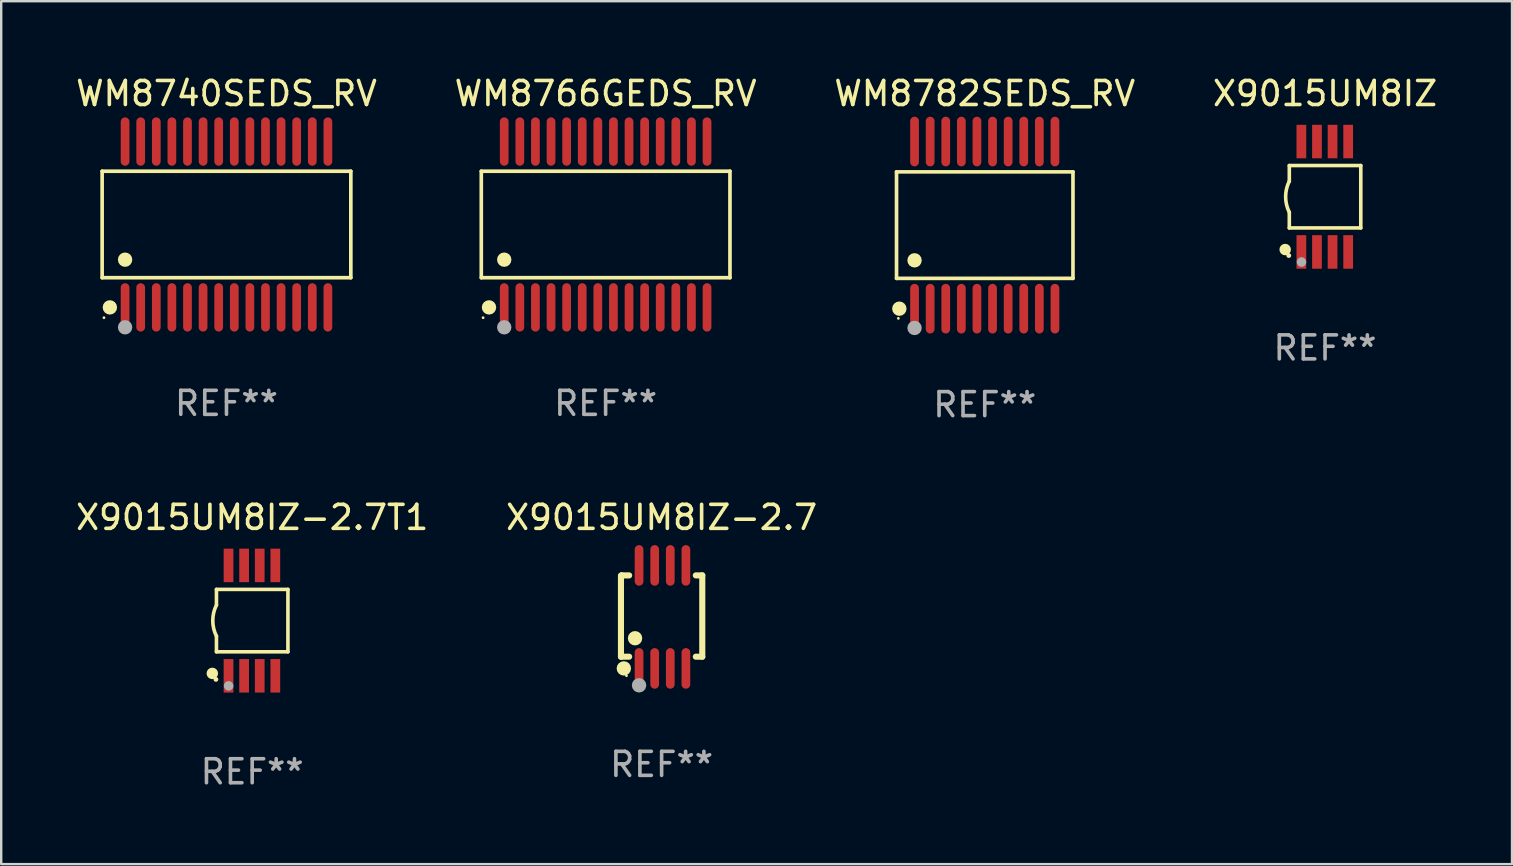
<source format=kicad_pcb>
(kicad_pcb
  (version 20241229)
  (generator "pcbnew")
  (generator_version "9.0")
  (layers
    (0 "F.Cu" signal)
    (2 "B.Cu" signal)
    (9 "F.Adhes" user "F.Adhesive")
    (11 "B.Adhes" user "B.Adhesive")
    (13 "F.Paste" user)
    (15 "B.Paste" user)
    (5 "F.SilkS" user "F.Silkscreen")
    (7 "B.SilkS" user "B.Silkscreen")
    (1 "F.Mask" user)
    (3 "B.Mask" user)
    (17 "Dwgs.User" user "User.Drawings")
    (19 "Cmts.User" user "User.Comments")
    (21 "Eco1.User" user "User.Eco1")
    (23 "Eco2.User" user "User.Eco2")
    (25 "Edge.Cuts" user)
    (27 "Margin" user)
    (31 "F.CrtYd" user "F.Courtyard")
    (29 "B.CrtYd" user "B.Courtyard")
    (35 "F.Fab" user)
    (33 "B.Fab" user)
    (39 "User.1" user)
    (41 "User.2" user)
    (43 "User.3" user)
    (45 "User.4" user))
  (footprint "WM8782SEDS_RV"
    (layer "F.Cu")
    (at 37.982 6.33)
    (property "Reference" "WM8782SEDS_RV" (at 0 -5.482 0) (layer "F.SilkS") (effects (font (size 1 1) (thickness 0.15))))
    (attr through_hole)
    (fp_line (start -3.676 -2.219) (end 3.676 -2.219) (stroke (width 0.152) (type solid)) (layer "F.SilkS"))
    (fp_line (start -3.676 2.219) (end -3.676 -2.219) (stroke (width 0.152) (type solid)) (layer "F.SilkS"))
    (fp_line (start 3.676 -2.219) (end 3.676 2.219) (stroke (width 0.152) (type solid)) (layer "F.SilkS"))
    (fp_line (start 3.676 2.219) (end -3.676 2.219) (stroke (width 0.152) (type solid)) (layer "F.SilkS"))
    (fp_circle (center -3.6 3.885) (end -3.57 3.885) (stroke (width 0.06) (type solid)) (fill no) (layer "F.SilkS"))
    (fp_circle (center -3.559 3.482) (end -3.409 3.482) (stroke (width 0.3) (type solid)) (fill no) (layer "F.SilkS"))
    (fp_circle (center -2.925 1.467) (end -2.775 1.467) (stroke (width 0.3) (type solid)) (fill no) (layer "F.SilkS"))
    (fp_circle (center -2.925 4.285) (end -2.775 4.285) (stroke (width 0.3) (type solid)) (fill no) (layer "F.Fab"))
    (fp_text user "REF**" (at 0 7.482 0) (layer "F.Fab") (effects (font (size 1 1) (thickness 0.15))))
    (pad "1" smd oval (at -2.925 3.482) (size 0.364 2.069) (layers "F.Cu" "F.Mask" "F.Paste"))
    (pad "2" smd oval (at -2.275 3.482) (size 0.364 2.069) (layers "F.Cu" "F.Mask" "F.Paste"))
    (pad "3" smd oval (at -1.625 3.482) (size 0.364 2.069) (layers "F.Cu" "F.Mask" "F.Paste"))
    (pad "4" smd oval (at -0.975 3.482) (size 0.364 2.069) (layers "F.Cu" "F.Mask" "F.Paste"))
    (pad "5" smd oval (at -0.325 3.482) (size 0.364 2.069) (layers "F.Cu" "F.Mask" "F.Paste"))
    (pad "6" smd oval (at 0.325 3.482) (size 0.364 2.069) (layers "F.Cu" "F.Mask" "F.Paste"))
    (pad "7" smd oval (at 0.975 3.482) (size 0.364 2.069) (layers "F.Cu" "F.Mask" "F.Paste"))
    (pad "8" smd oval (at 1.625 3.482) (size 0.364 2.069) (layers "F.Cu" "F.Mask" "F.Paste"))
    (pad "9" smd oval (at 2.275 3.482) (size 0.364 2.069) (layers "F.Cu" "F.Mask" "F.Paste"))
    (pad "10" smd oval (at 2.925 3.482) (size 0.364 2.069) (layers "F.Cu" "F.Mask" "F.Paste"))
    (pad "11" smd oval (at 2.925 -3.482) (size 0.364 2.069) (layers "F.Cu" "F.Mask" "F.Paste"))
    (pad "12" smd oval (at 2.275 -3.482) (size 0.364 2.069) (layers "F.Cu" "F.Mask" "F.Paste"))
    (pad "13" smd oval (at 1.625 -3.482) (size 0.364 2.069) (layers "F.Cu" "F.Mask" "F.Paste"))
    (pad "14" smd oval (at 0.975 -3.482) (size 0.364 2.069) (layers "F.Cu" "F.Mask" "F.Paste"))
    (pad "15" smd oval (at 0.325 -3.482) (size 0.364 2.069) (layers "F.Cu" "F.Mask" "F.Paste"))
    (pad "16" smd oval (at -0.325 -3.482) (size 0.364 2.069) (layers "F.Cu" "F.Mask" "F.Paste"))
    (pad "17" smd oval (at -0.975 -3.482) (size 0.364 2.069) (layers "F.Cu" "F.Mask" "F.Paste"))
    (pad "18" smd oval (at -1.625 -3.482) (size 0.364 2.069) (layers "F.Cu" "F.Mask" "F.Paste"))
    (pad "19" smd oval (at -2.275 -3.482) (size 0.364 2.069) (layers "F.Cu" "F.Mask" "F.Paste"))
    (pad "20" smd oval (at -2.925 -3.482) (size 0.364 2.069) (layers "F.Cu" "F.Mask" "F.Paste")))
  (footprint "X9015UM8IZ"
    (layer "F.Cu")
    (at 52.161 5.148)
    (property "Reference" "X9015UM8IZ" (at 0 -4.3 0) (layer "F.SilkS") (effects (font (size 1 1) (thickness 0.15))))
    (attr through_hole)
    (fp_line (start -1.489 -1.3) (end -1.489 -0.648) (stroke (width 0.15) (type solid)) (layer "F.SilkS"))
    (fp_line (start -1.489 0.648) (end -1.489 1.3) (stroke (width 0.15) (type solid)) (layer "F.SilkS"))
    (fp_line (start -1.489 1.3) (end 1.489 1.3) (stroke (width 0.15) (type solid)) (layer "F.SilkS"))
    (fp_line (start 1.489 -1.3) (end -1.489 -1.3) (stroke (width 0.15) (type solid)) (layer "F.SilkS"))
    (fp_line (start 1.489 1.3) (end 1.489 -1.3) (stroke (width 0.15) (type solid)) (layer "F.SilkS"))
    (fp_arc (start -1.489205 0.647702) (mid -1.642107 0) (end -1.489205 -0.647701) (stroke (width 0.150013) (type solid)) (layer "F.SilkS"))
    (fp_circle (center -1.661 2.2) (end -1.541 2.2) (stroke (width 0.24) (type solid)) (fill no) (layer "F.SilkS"))
    (fp_circle (center -1.511 2.45) (end -1.461 2.45) (stroke (width 0.1) (type solid)) (fill no) (layer "F.SilkS"))
    (fp_circle (center -0.981 2.72) (end -0.881 2.72) (stroke (width 0.2) (type solid)) (fill no) (layer "F.Fab"))
    (fp_text user "REF**" (at 0 6.3 0) (layer "F.Fab") (effects (font (size 1 1) (thickness 0.15))))
    (pad "1" smd rect (at -0.986 2.3) (size 0.406 1.397) (layers "F.Cu" "F.Mask" "F.Paste"))
    (pad "2" smd rect (at -0.336 2.3) (size 0.406 1.397) (layers "F.Cu" "F.Mask" "F.Paste"))
    (pad "3" smd rect (at 0.314 2.3) (size 0.406 1.397) (layers "F.Cu" "F.Mask" "F.Paste"))
    (pad "4" smd rect (at 0.964 2.3) (size 0.406 1.397) (layers "F.Cu" "F.Mask" "F.Paste"))
    (pad "5" smd rect (at 0.964 -2.3) (size 0.406 1.397) (layers "F.Cu" "F.Mask" "F.Paste"))
    (pad "6" smd rect (at 0.314 -2.3) (size 0.406 1.397) (layers "F.Cu" "F.Mask" "F.Paste"))
    (pad "7" smd rect (at -0.336 -2.3) (size 0.406 1.397) (layers "F.Cu" "F.Mask" "F.Paste"))
    (pad "8" smd rect (at -0.986 -2.3) (size 0.406 1.397) (layers "F.Cu" "F.Mask" "F.Paste")))
  (footprint "WM8740SEDS_RV"
    (layer "F.Cu")
    (at 6.387 6.303)
    (property "Reference" "WM8740SEDS_RV" (at 0 -5.455 0) (layer "F.SilkS") (effects (font (size 1 1) (thickness 0.15))))
    (attr through_hole)
    (fp_line (start -5.181 -2.219) (end 5.181 -2.219) (stroke (width 0.152) (type solid)) (layer "F.SilkS"))
    (fp_line (start -5.181 2.219) (end -5.181 -2.219) (stroke (width 0.152) (type solid)) (layer "F.SilkS"))
    (fp_line (start 5.181 -2.219) (end 5.181 2.219) (stroke (width 0.152) (type solid)) (layer "F.SilkS"))
    (fp_line (start 5.181 2.219) (end -5.181 2.219) (stroke (width 0.152) (type solid)) (layer "F.SilkS"))
    (fp_circle (center -5.105 3.885) (end -5.075 3.885) (stroke (width 0.06) (type solid)) (fill no) (layer "F.SilkS"))
    (fp_circle (center -4.859 3.455) (end -4.709 3.455) (stroke (width 0.3) (type solid)) (fill no) (layer "F.SilkS"))
    (fp_circle (center -4.225 1.467) (end -4.075 1.467) (stroke (width 0.3) (type solid)) (fill no) (layer "F.SilkS"))
    (fp_circle (center -4.225 4.285) (end -4.075 4.285) (stroke (width 0.3) (type solid)) (fill no) (layer "F.Fab"))
    (fp_text user "REF**" (at 0 7.455 0) (layer "F.Fab") (effects (font (size 1 1) (thickness 0.15))))
    (pad "1" smd oval (at -4.225 3.455) (size 0.364 2.015) (layers "F.Cu" "F.Mask" "F.Paste"))
    (pad "2" smd oval (at -3.575 3.455) (size 0.364 2.015) (layers "F.Cu" "F.Mask" "F.Paste"))
    (pad "3" smd oval (at -2.925 3.455) (size 0.364 2.015) (layers "F.Cu" "F.Mask" "F.Paste"))
    (pad "4" smd oval (at -2.275 3.455) (size 0.364 2.015) (layers "F.Cu" "F.Mask" "F.Paste"))
    (pad "5" smd oval (at -1.625 3.455) (size 0.364 2.015) (layers "F.Cu" "F.Mask" "F.Paste"))
    (pad "6" smd oval (at -0.975 3.455) (size 0.364 2.015) (layers "F.Cu" "F.Mask" "F.Paste"))
    (pad "7" smd oval (at -0.325 3.455) (size 0.364 2.015) (layers "F.Cu" "F.Mask" "F.Paste"))
    (pad "8" smd oval (at 0.325 3.455) (size 0.364 2.015) (layers "F.Cu" "F.Mask" "F.Paste"))
    (pad "9" smd oval (at 0.975 3.455) (size 0.364 2.015) (layers "F.Cu" "F.Mask" "F.Paste"))
    (pad "10" smd oval (at 1.625 3.455) (size 0.364 2.015) (layers "F.Cu" "F.Mask" "F.Paste"))
    (pad "11" smd oval (at 2.275 3.455) (size 0.364 2.015) (layers "F.Cu" "F.Mask" "F.Paste"))
    (pad "12" smd oval (at 2.925 3.455) (size 0.364 2.015) (layers "F.Cu" "F.Mask" "F.Paste"))
    (pad "13" smd oval (at 3.575 3.455) (size 0.364 2.015) (layers "F.Cu" "F.Mask" "F.Paste"))
    (pad "14" smd oval (at 4.225 3.455) (size 0.364 2.015) (layers "F.Cu" "F.Mask" "F.Paste"))
    (pad "15" smd oval (at 4.225 -3.455) (size 0.364 2.015) (layers "F.Cu" "F.Mask" "F.Paste"))
    (pad "16" smd oval (at 3.575 -3.455) (size 0.364 2.015) (layers "F.Cu" "F.Mask" "F.Paste"))
    (pad "17" smd oval (at 2.925 -3.455) (size 0.364 2.015) (layers "F.Cu" "F.Mask" "F.Paste"))
    (pad "18" smd oval (at 2.275 -3.455) (size 0.364 2.015) (layers "F.Cu" "F.Mask" "F.Paste"))
    (pad "19" smd oval (at 1.625 -3.455) (size 0.364 2.015) (layers "F.Cu" "F.Mask" "F.Paste"))
    (pad "20" smd oval (at 0.975 -3.455) (size 0.364 2.015) (layers "F.Cu" "F.Mask" "F.Paste"))
    (pad "21" smd oval (at 0.325 -3.455) (size 0.364 2.015) (layers "F.Cu" "F.Mask" "F.Paste"))
    (pad "22" smd oval (at -0.325 -3.455) (size 0.364 2.015) (layers "F.Cu" "F.Mask" "F.Paste"))
    (pad "23" smd oval (at -0.975 -3.455) (size 0.364 2.015) (layers "F.Cu" "F.Mask" "F.Paste"))
    (pad "24" smd oval (at -1.625 -3.455) (size 0.364 2.015) (layers "F.Cu" "F.Mask" "F.Paste"))
    (pad "25" smd oval (at -2.275 -3.455) (size 0.364 2.015) (layers "F.Cu" "F.Mask" "F.Paste"))
    (pad "26" smd oval (at -2.925 -3.455) (size 0.364 2.015) (layers "F.Cu" "F.Mask" "F.Paste"))
    (pad "27" smd oval (at -3.575 -3.455) (size 0.364 2.015) (layers "F.Cu" "F.Mask" "F.Paste"))
    (pad "28" smd oval (at -4.225 -3.455) (size 0.364 2.015) (layers "F.Cu" "F.Mask" "F.Paste")))
  (footprint "X9015UM8IZ-2.7"
    (layer "F.Cu")
    (at 24.518 22.655)
    (property "Reference" "X9015UM8IZ-2.7" (at 0 -4.146 0) (layer "F.SilkS") (effects (font (size 1 1) (thickness 0.15))))
    (attr through_hole)
    (fp_line (start -1.694 -1.724) (end -1.694 1.652) (stroke (width 0.254) (type solid)) (layer "F.SilkS"))
    (fp_line (start -1.694 1.652) (end -1.688 1.658) (stroke (width 0.254) (type solid)) (layer "F.SilkS"))
    (fp_line (start -1.688 1.658) (end -1.353 1.658) (stroke (width 0.254) (type solid)) (layer "F.SilkS"))
    (fp_line (start -1.661 -1.73) (end -1.681 -1.71) (stroke (width 0.254) (type solid)) (layer "F.SilkS"))
    (fp_line (start -1.353 -1.73) (end -1.661 -1.73) (stroke (width 0.254) (type solid)) (layer "F.SilkS"))
    (fp_line (start 1.424 1.658) (end 1.694 1.658) (stroke (width 0.254) (type solid)) (layer "F.SilkS"))
    (fp_line (start 1.694 -1.73) (end 1.424 -1.73) (stroke (width 0.254) (type solid)) (layer "F.SilkS"))
    (fp_line (start 1.694 1.658) (end 1.694 -1.73) (stroke (width 0.254) (type solid)) (layer "F.SilkS"))
    (fp_circle (center -1.574 2.146) (end -1.424 2.146) (stroke (width 0.3) (type solid)) (fill no) (layer "F.SilkS"))
    (fp_circle (center -1.464 2.45) (end -1.434 2.45) (stroke (width 0.06) (type solid)) (fill no) (layer "F.SilkS"))
    (fp_circle (center -1.107 0.889) (end -0.957 0.889) (stroke (width 0.3) (type solid)) (fill no) (layer "F.SilkS"))
    (fp_circle (center -0.94 2.85) (end -0.789 2.85) (stroke (width 0.3) (type solid)) (fill no) (layer "F.Fab"))
    (fp_text user "REF**" (at 0 6.146 0) (layer "F.Fab") (effects (font (size 1 1) (thickness 0.15))))
    (pad "1" smd oval (at -0.94 2.146) (size 0.364 1.692) (layers "F.Cu" "F.Mask" "F.Paste"))
    (pad "2" smd oval (at -0.289 2.146) (size 0.364 1.692) (layers "F.Cu" "F.Mask" "F.Paste"))
    (pad "3" smd oval (at 0.361 2.146) (size 0.364 1.692) (layers "F.Cu" "F.Mask" "F.Paste"))
    (pad "4" smd oval (at 1.011 2.146) (size 0.364 1.692) (layers "F.Cu" "F.Mask" "F.Paste"))
    (pad "5" smd oval (at 1.011 -2.146) (size 0.364 1.692) (layers "F.Cu" "F.Mask" "F.Paste"))
    (pad "6" smd oval (at 0.361 -2.146) (size 0.364 1.692) (layers "F.Cu" "F.Mask" "F.Paste"))
    (pad "7" smd oval (at -0.289 -2.146) (size 0.364 1.692) (layers "F.Cu" "F.Mask" "F.Paste"))
    (pad "8" smd oval (at -0.94 -2.146) (size 0.364 1.692) (layers "F.Cu" "F.Mask" "F.Paste")))
  (footprint "WM8766GEDS_RV"
    (layer "F.Cu")
    (at 22.185 6.303)
    (property "Reference" "WM8766GEDS_RV" (at 0 -5.455 0) (layer "F.SilkS") (effects (font (size 1 1) (thickness 0.15))))
    (attr through_hole)
    (fp_line (start -5.181 -2.219) (end 5.181 -2.219) (stroke (width 0.152) (type solid)) (layer "F.SilkS"))
    (fp_line (start -5.181 2.219) (end -5.181 -2.219) (stroke (width 0.152) (type solid)) (layer "F.SilkS"))
    (fp_line (start 5.181 -2.219) (end 5.181 2.219) (stroke (width 0.152) (type solid)) (layer "F.SilkS"))
    (fp_line (start 5.181 2.219) (end -5.181 2.219) (stroke (width 0.152) (type solid)) (layer "F.SilkS"))
    (fp_circle (center -5.105 3.885) (end -5.075 3.885) (stroke (width 0.06) (type solid)) (fill no) (layer "F.SilkS"))
    (fp_circle (center -4.859 3.455) (end -4.709 3.455) (stroke (width 0.3) (type solid)) (fill no) (layer "F.SilkS"))
    (fp_circle (center -4.225 1.467) (end -4.075 1.467) (stroke (width 0.3) (type solid)) (fill no) (layer "F.SilkS"))
    (fp_circle (center -4.225 4.285) (end -4.075 4.285) (stroke (width 0.3) (type solid)) (fill no) (layer "F.Fab"))
    (fp_text user "REF**" (at 0 7.455 0) (layer "F.Fab") (effects (font (size 1 1) (thickness 0.15))))
    (pad "1" smd oval (at -4.225 3.455) (size 0.364 2.015) (layers "F.Cu" "F.Mask" "F.Paste"))
    (pad "2" smd oval (at -3.575 3.455) (size 0.364 2.015) (layers "F.Cu" "F.Mask" "F.Paste"))
    (pad "3" smd oval (at -2.925 3.455) (size 0.364 2.015) (layers "F.Cu" "F.Mask" "F.Paste"))
    (pad "4" smd oval (at -2.275 3.455) (size 0.364 2.015) (layers "F.Cu" "F.Mask" "F.Paste"))
    (pad "5" smd oval (at -1.625 3.455) (size 0.364 2.015) (layers "F.Cu" "F.Mask" "F.Paste"))
    (pad "6" smd oval (at -0.975 3.455) (size 0.364 2.015) (layers "F.Cu" "F.Mask" "F.Paste"))
    (pad "7" smd oval (at -0.325 3.455) (size 0.364 2.015) (layers "F.Cu" "F.Mask" "F.Paste"))
    (pad "8" smd oval (at 0.325 3.455) (size 0.364 2.015) (layers "F.Cu" "F.Mask" "F.Paste"))
    (pad "9" smd oval (at 0.975 3.455) (size 0.364 2.015) (layers "F.Cu" "F.Mask" "F.Paste"))
    (pad "10" smd oval (at 1.625 3.455) (size 0.364 2.015) (layers "F.Cu" "F.Mask" "F.Paste"))
    (pad "11" smd oval (at 2.275 3.455) (size 0.364 2.015) (layers "F.Cu" "F.Mask" "F.Paste"))
    (pad "12" smd oval (at 2.925 3.455) (size 0.364 2.015) (layers "F.Cu" "F.Mask" "F.Paste"))
    (pad "13" smd oval (at 3.575 3.455) (size 0.364 2.015) (layers "F.Cu" "F.Mask" "F.Paste"))
    (pad "14" smd oval (at 4.225 3.455) (size 0.364 2.015) (layers "F.Cu" "F.Mask" "F.Paste"))
    (pad "15" smd oval (at 4.225 -3.455) (size 0.364 2.015) (layers "F.Cu" "F.Mask" "F.Paste"))
    (pad "16" smd oval (at 3.575 -3.455) (size 0.364 2.015) (layers "F.Cu" "F.Mask" "F.Paste"))
    (pad "17" smd oval (at 2.925 -3.455) (size 0.364 2.015) (layers "F.Cu" "F.Mask" "F.Paste"))
    (pad "18" smd oval (at 2.275 -3.455) (size 0.364 2.015) (layers "F.Cu" "F.Mask" "F.Paste"))
    (pad "19" smd oval (at 1.625 -3.455) (size 0.364 2.015) (layers "F.Cu" "F.Mask" "F.Paste"))
    (pad "20" smd oval (at 0.975 -3.455) (size 0.364 2.015) (layers "F.Cu" "F.Mask" "F.Paste"))
    (pad "21" smd oval (at 0.325 -3.455) (size 0.364 2.015) (layers "F.Cu" "F.Mask" "F.Paste"))
    (pad "22" smd oval (at -0.325 -3.455) (size 0.364 2.015) (layers "F.Cu" "F.Mask" "F.Paste"))
    (pad "23" smd oval (at -0.975 -3.455) (size 0.364 2.015) (layers "F.Cu" "F.Mask" "F.Paste"))
    (pad "24" smd oval (at -1.625 -3.455) (size 0.364 2.015) (layers "F.Cu" "F.Mask" "F.Paste"))
    (pad "25" smd oval (at -2.275 -3.455) (size 0.364 2.015) (layers "F.Cu" "F.Mask" "F.Paste"))
    (pad "26" smd oval (at -2.925 -3.455) (size 0.364 2.015) (layers "F.Cu" "F.Mask" "F.Paste"))
    (pad "27" smd oval (at -3.575 -3.455) (size 0.364 2.015) (layers "F.Cu" "F.Mask" "F.Paste"))
    (pad "28" smd oval (at -4.225 -3.455) (size 0.364 2.015) (layers "F.Cu" "F.Mask" "F.Paste")))
  (footprint "X9015UM8IZ-2.7T1"
    (layer "F.Cu")
    (at 7.458 22.809)
    (property "Reference" "X9015UM8IZ-2.7T1" (at 0 -4.3 0) (layer "F.SilkS") (effects (font (size 1 1) (thickness 0.15))))
    (attr through_hole)
    (fp_line (start -1.489 -1.3) (end -1.489 -0.648) (stroke (width 0.15) (type solid)) (layer "F.SilkS"))
    (fp_line (start -1.489 0.648) (end -1.489 1.3) (stroke (width 0.15) (type solid)) (layer "F.SilkS"))
    (fp_line (start -1.489 1.3) (end 1.489 1.3) (stroke (width 0.15) (type solid)) (layer "F.SilkS"))
    (fp_line (start 1.489 -1.3) (end -1.489 -1.3) (stroke (width 0.15) (type solid)) (layer "F.SilkS"))
    (fp_line (start 1.489 1.3) (end 1.489 -1.3) (stroke (width 0.15) (type solid)) (layer "F.SilkS"))
    (fp_arc (start -1.489205 0.647702) (mid -1.642107 0) (end -1.489205 -0.647701) (stroke (width 0.150013) (type solid)) (layer "F.SilkS"))
    (fp_circle (center -1.661 2.2) (end -1.541 2.2) (stroke (width 0.24) (type solid)) (fill no) (layer "F.SilkS"))
    (fp_circle (center -1.511 2.45) (end -1.461 2.45) (stroke (width 0.1) (type solid)) (fill no) (layer "F.SilkS"))
    (fp_circle (center -0.981 2.72) (end -0.881 2.72) (stroke (width 0.2) (type solid)) (fill no) (layer "F.Fab"))
    (fp_text user "REF**" (at 0 6.3 0) (layer "F.Fab") (effects (font (size 1 1) (thickness 0.15))))
    (pad "1" smd rect (at -0.986 2.3) (size 0.406 1.397) (layers "F.Cu" "F.Mask" "F.Paste"))
    (pad "2" smd rect (at -0.336 2.3) (size 0.406 1.397) (layers "F.Cu" "F.Mask" "F.Paste"))
    (pad "3" smd rect (at 0.314 2.3) (size 0.406 1.397) (layers "F.Cu" "F.Mask" "F.Paste"))
    (pad "4" smd rect (at 0.964 2.3) (size 0.406 1.397) (layers "F.Cu" "F.Mask" "F.Paste"))
    (pad "5" smd rect (at 0.964 -2.3) (size 0.406 1.397) (layers "F.Cu" "F.Mask" "F.Paste"))
    (pad "6" smd rect (at 0.314 -2.3) (size 0.406 1.397) (layers "F.Cu" "F.Mask" "F.Paste"))
    (pad "7" smd rect (at -0.336 -2.3) (size 0.406 1.397) (layers "F.Cu" "F.Mask" "F.Paste"))
    (pad "8" smd rect (at -0.986 -2.3) (size 0.406 1.397) (layers "F.Cu" "F.Mask" "F.Paste")))
  (gr_rect
    (start -3 -3)
    (end 59.952 32.957)
    (stroke (width 0.1) (type default))
    (fill no)
    (layer "Edge.Cuts")))
</source>
